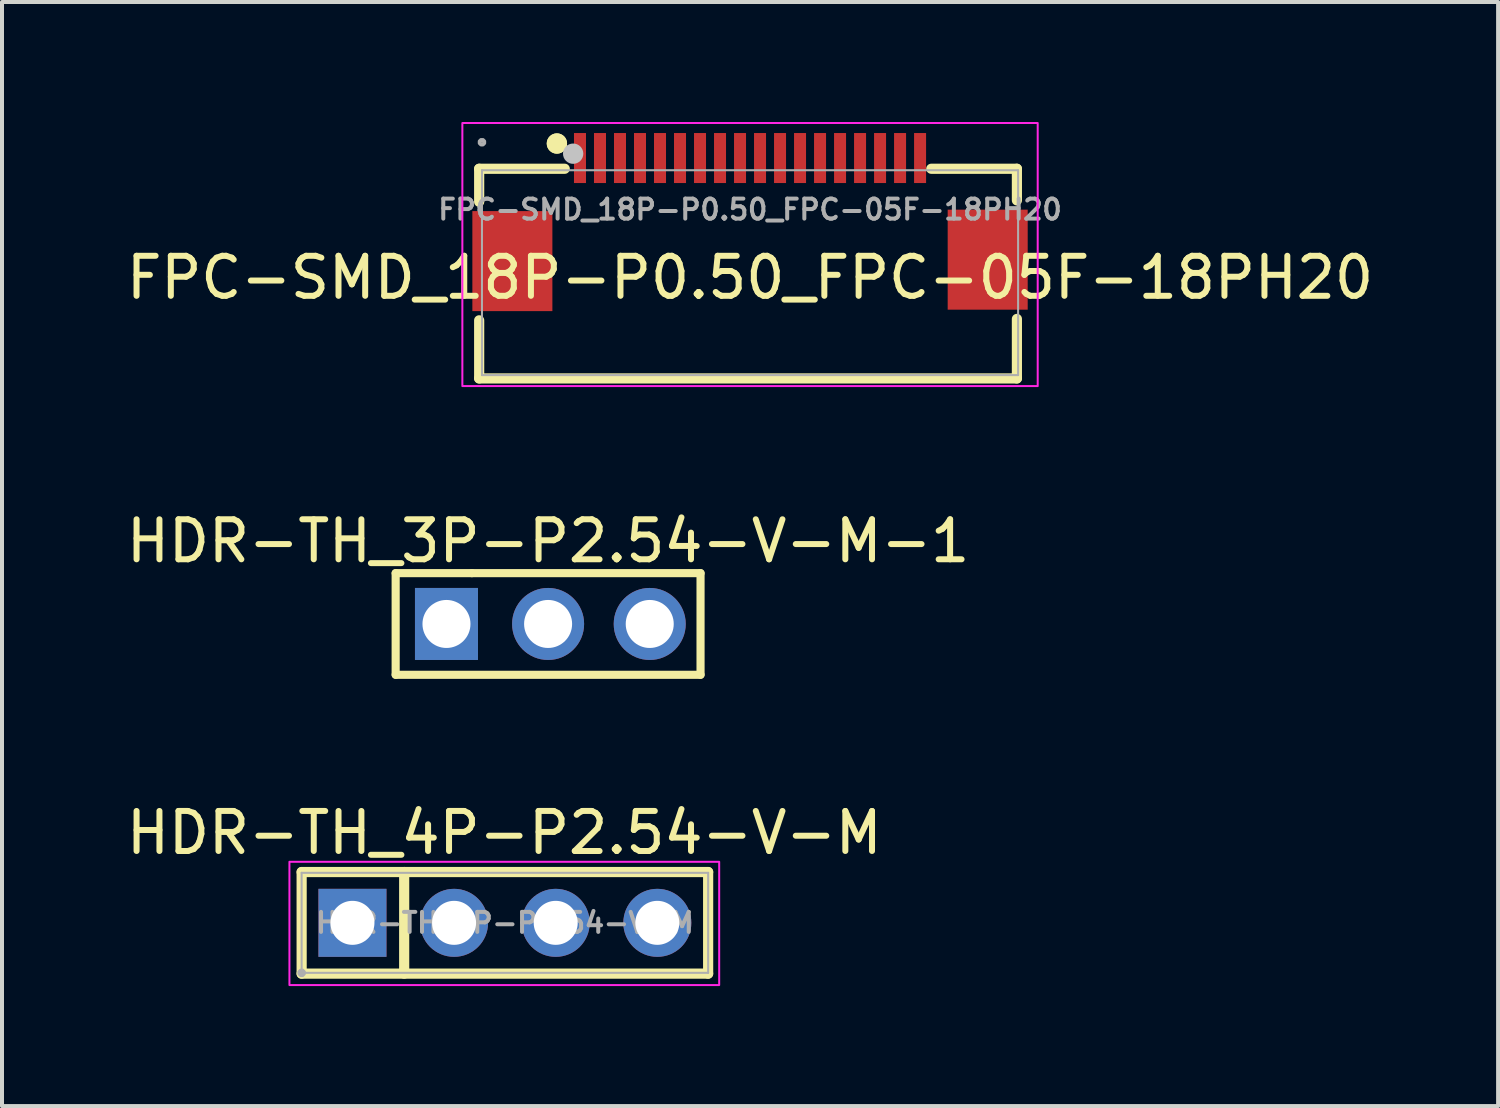
<source format=kicad_pcb>
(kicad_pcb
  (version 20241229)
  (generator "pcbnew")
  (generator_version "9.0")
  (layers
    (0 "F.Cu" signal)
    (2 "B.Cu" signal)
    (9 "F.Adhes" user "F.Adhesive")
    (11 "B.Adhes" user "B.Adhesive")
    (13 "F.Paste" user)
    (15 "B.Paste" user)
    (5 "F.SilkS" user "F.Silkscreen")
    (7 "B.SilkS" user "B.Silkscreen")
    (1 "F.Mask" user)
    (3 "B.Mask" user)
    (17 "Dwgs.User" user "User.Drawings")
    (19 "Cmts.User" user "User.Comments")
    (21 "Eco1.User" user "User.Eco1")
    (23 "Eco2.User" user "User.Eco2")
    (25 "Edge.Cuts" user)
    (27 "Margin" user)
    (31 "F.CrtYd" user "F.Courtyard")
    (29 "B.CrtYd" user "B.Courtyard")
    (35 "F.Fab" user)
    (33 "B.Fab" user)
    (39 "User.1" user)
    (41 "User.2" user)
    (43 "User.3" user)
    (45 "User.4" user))
  (footprint "HDR-TH_4P-P2.54-V-M"
    (layer "F.Cu")
    (at 9.569 20.015)
    (property "Reference" "HDR-TH_4P-P2.54-V-M" (at -0.015 -2.251 0) (layer "F.SilkS") (effects (font (size 1 1) (thickness 0.15))))
    (fp_line (start -5.08 -1.27) (end -2.517 -1.27) (stroke (width 0.254) (type default)) (layer "F.SilkS"))
    (fp_line (start -5.08 1.27) (end -5.08 -1.27) (stroke (width 0.254) (type default)) (layer "F.SilkS"))
    (fp_line (start -2.517 -1.27) (end -2.517 1.27) (stroke (width 0.254) (type default)) (layer "F.SilkS"))
    (fp_line (start -2.517 -1.27) (end 5.08 -1.27) (stroke (width 0.254) (type default)) (layer "F.SilkS"))
    (fp_line (start 5.08 -1.27) (end 5.08 1.27) (stroke (width 0.254) (type default)) (layer "F.SilkS"))
    (fp_line (start 5.08 1.27) (end -5.08 1.27) (stroke (width 0.254) (type default)) (layer "F.SilkS"))
    (fp_rect (start -5.385 -1.526) (end 5.356 1.555) (stroke (width 0.05) (type default)) (fill no) (layer "F.CrtYd"))
    (fp_line (start -5.08 -1.25) (end 5.08 -1.25) (stroke (width 0.051) (type default)) (layer "F.Fab"))
    (fp_line (start -5.08 1.25) (end -5.08 -1.25) (stroke (width 0.051) (type default)) (layer "F.Fab"))
    (fp_line (start 5.08 -1.25) (end 5.08 1.25) (stroke (width 0.051) (type default)) (layer "F.Fab"))
    (fp_line (start 5.08 1.25) (end -5.08 1.25) (stroke (width 0.051) (type default)) (layer "F.Fab"))
    (fp_poly (pts (xy -5.025 1.227) (xy -5.057 1.195) (xy -5.103 1.195) (xy -5.135 1.227) (xy -5.135 1.273) (xy -5.103 1.305) (xy -5.057 1.305) (xy -5.025 1.273)) (stroke (width 0.1) (type default)) (fill no) (layer "F.Fab"))
    (fp_poly (pts (xy -4.13 -0.32) (xy -3.49 -0.32) (xy -3.49 0.32) (xy -4.13 0.32)) (stroke (width 0.1) (type default)) (fill no) (layer "User.1"))
    (fp_poly (pts (xy -1.59 -0.32) (xy -0.95 -0.32) (xy -0.95 0.32) (xy -1.59 0.32)) (stroke (width 0.1) (type default)) (fill no) (layer "User.1"))
    (fp_poly (pts (xy 0.95 -0.32) (xy 1.59 -0.32) (xy 1.59 0.32) (xy 0.95 0.32)) (stroke (width 0.1) (type default)) (fill no) (layer "User.1"))
    (fp_poly (pts (xy 3.49 -0.32) (xy 4.13 -0.32) (xy 4.13 0.32) (xy 3.49 0.32)) (stroke (width 0.1) (type default)) (fill no) (layer "User.1"))
    (fp_text user "${REFERENCE}" (at 0 0 0) (layer "F.Fab") (effects (font (size 0.5 0.5) (thickness 0.1))))
    (pad "1" thru_hole rect (at -3.81 0) (size 1.7 1.7) (drill 1.1) (layers "*.Cu" "*.Mask"))
    (pad "2" thru_hole circle (at -1.27 0) (size 1.7 1.7) (drill 1.1) (layers "*.Cu" "*.Mask"))
    (pad "3" thru_hole circle (at 1.27 0) (size 1.7 1.7) (drill 1.1) (layers "*.Cu" "*.Mask"))
    (pad "4" thru_hole circle (at 3.81 0) (size 1.7 1.7) (drill 1.1) (layers "*.Cu" "*.Mask")))
  (footprint "FPC-SMD_18P-P0.50_FPC-05F-18PH20"
    (layer "F.Cu")
    (at 15.696 2.188)
    (property "Reference" "FPC-SMD_18P-P0.50_FPC-05F-18PH20" (at 0 1.7 0) (layer "F.SilkS") (effects (font (size 1 1) (thickness 0.15))))
    (fp_line (start -6.77 -1.02) (end -4.631 -1.02) (stroke (width 0.254) (type default)) (layer "F.SilkS"))
    (fp_line (start -6.77 -0.194) (end -6.77 -1.02) (stroke (width 0.254) (type default)) (layer "F.SilkS"))
    (fp_line (start -6.77 4.22) (end -6.77 2.768) (stroke (width 0.254) (type default)) (layer "F.SilkS"))
    (fp_line (start 4.53 -1.02) (end 6.67 -1.02) (stroke (width 0.254) (type default)) (layer "F.SilkS"))
    (fp_line (start 6.67 -1.02) (end 6.67 -0.229) (stroke (width 0.254) (type default)) (layer "F.SilkS"))
    (fp_line (start 6.67 2.733) (end 6.67 4.22) (stroke (width 0.254) (type default)) (layer "F.SilkS"))
    (fp_line (start 6.67 4.22) (end -6.77 4.22) (stroke (width 0.254) (type default)) (layer "F.SilkS"))
    (fp_circle (center -4.827 -1.651) (end -4.7 -1.651) (stroke (width 0.254) (type default)) (fill no) (layer "F.SilkS"))
    (fp_circle (center -4.827 -1.651) (end -4.7 -1.651) (stroke (width 0.254) (type default)) (fill no) (layer "F.SilkS"))
    (fp_circle (center -4.421 -1.397) (end -4.294 -1.397) (stroke (width 0.254) (type default)) (fill no) (layer "Dwgs.User"))
    (fp_rect (start -7.19 -2.163) (end 7.19 4.412) (stroke (width 0.05) (type default)) (fill no) (layer "F.CrtYd"))
    (fp_line (start -6.7 -0.983) (end 6.7 -0.983) (stroke (width 0.051) (type default)) (layer "F.Fab"))
    (fp_line (start -6.7 4.137) (end -6.7 -0.983) (stroke (width 0.051) (type default)) (layer "F.Fab"))
    (fp_line (start 6.7 -0.983) (end 6.7 4.137) (stroke (width 0.051) (type default)) (layer "F.Fab"))
    (fp_line (start 6.7 4.137) (end -6.7 4.137) (stroke (width 0.051) (type default)) (layer "F.Fab"))
    (fp_poly (pts (xy -6.645 -1.706) (xy -6.677 -1.738) (xy -6.723 -1.738) (xy -6.755 -1.706) (xy -6.755 -1.66) (xy -6.723 -1.628) (xy -6.677 -1.628) (xy -6.645 -1.66)) (stroke (width 0.1) (type default)) (fill no) (layer "F.Fab"))
    (fp_poly (pts (xy -6.44 0.537) (xy -5.44 0.537) (xy -5.44 2.038) (xy -6.44 2.038)) (stroke (width 0.1) (type default)) (fill no) (layer "User.1"))
    (fp_poly (pts (xy -4.35 -1.683) (xy -4.15 -1.683) (xy -4.15 -0.883) (xy -4.35 -0.883)) (stroke (width 0.1) (type default)) (fill no) (layer "User.1"))
    (fp_poly (pts (xy -3.85 -1.683) (xy -3.65 -1.683) (xy -3.65 -0.883) (xy -3.85 -0.883)) (stroke (width 0.1) (type default)) (fill no) (layer "User.1"))
    (fp_poly (pts (xy -3.35 -1.683) (xy -3.15 -1.683) (xy -3.15 -0.883) (xy -3.35 -0.883)) (stroke (width 0.1) (type default)) (fill no) (layer "User.1"))
    (fp_poly (pts (xy -2.85 -1.683) (xy -2.65 -1.683) (xy -2.65 -0.883) (xy -2.85 -0.883)) (stroke (width 0.1) (type default)) (fill no) (layer "User.1"))
    (fp_poly (pts (xy -2.35 -1.683) (xy -2.15 -1.683) (xy -2.15 -0.883) (xy -2.35 -0.883)) (stroke (width 0.1) (type default)) (fill no) (layer "User.1"))
    (fp_poly (pts (xy -1.85 -1.683) (xy -1.65 -1.683) (xy -1.65 -0.883) (xy -1.85 -0.883)) (stroke (width 0.1) (type default)) (fill no) (layer "User.1"))
    (fp_poly (pts (xy -1.35 -1.683) (xy -1.15 -1.683) (xy -1.15 -0.883) (xy -1.35 -0.883)) (stroke (width 0.1) (type default)) (fill no) (layer "User.1"))
    (fp_poly (pts (xy -0.85 -1.683) (xy -0.65 -1.683) (xy -0.65 -0.883) (xy -0.85 -0.883)) (stroke (width 0.1) (type default)) (fill no) (layer "User.1"))
    (fp_poly (pts (xy -0.35 -1.683) (xy -0.15 -1.683) (xy -0.15 -0.883) (xy -0.35 -0.883)) (stroke (width 0.1) (type default)) (fill no) (layer "User.1"))
    (fp_poly (pts (xy 0.15 -1.683) (xy 0.35 -1.683) (xy 0.35 -0.883) (xy 0.15 -0.883)) (stroke (width 0.1) (type default)) (fill no) (layer "User.1"))
    (fp_poly (pts (xy 0.65 -1.683) (xy 0.85 -1.683) (xy 0.85 -0.883) (xy 0.65 -0.883)) (stroke (width 0.1) (type default)) (fill no) (layer "User.1"))
    (fp_poly (pts (xy 1.15 -1.683) (xy 1.35 -1.683) (xy 1.35 -0.883) (xy 1.15 -0.883)) (stroke (width 0.1) (type default)) (fill no) (layer "User.1"))
    (fp_poly (pts (xy 1.65 -1.683) (xy 1.85 -1.683) (xy 1.85 -0.883) (xy 1.65 -0.883)) (stroke (width 0.1) (type default)) (fill no) (layer "User.1"))
    (fp_poly (pts (xy 2.15 -1.683) (xy 2.35 -1.683) (xy 2.35 -0.883) (xy 2.15 -0.883)) (stroke (width 0.1) (type default)) (fill no) (layer "User.1"))
    (fp_poly (pts (xy 2.65 -1.683) (xy 2.85 -1.683) (xy 2.85 -0.883) (xy 2.65 -0.883)) (stroke (width 0.1) (type default)) (fill no) (layer "User.1"))
    (fp_poly (pts (xy 3.15 -1.683) (xy 3.35 -1.683) (xy 3.35 -0.883) (xy 3.15 -0.883)) (stroke (width 0.1) (type default)) (fill no) (layer "User.1"))
    (fp_poly (pts (xy 3.65 -1.683) (xy 3.85 -1.683) (xy 3.85 -0.883) (xy 3.65 -0.883)) (stroke (width 0.1) (type default)) (fill no) (layer "User.1"))
    (fp_poly (pts (xy 4.15 -1.683) (xy 4.35 -1.683) (xy 4.35 -0.883) (xy 4.15 -0.883)) (stroke (width 0.1) (type default)) (fill no) (layer "User.1"))
    (fp_poly (pts (xy 6.44 2.002) (xy 5.44 2.002) (xy 5.44 0.502) (xy 6.44 0.502)) (stroke (width 0.1) (type default)) (fill no) (layer "User.1"))
    (fp_text user "${REFERENCE}" (at 0 0 0) (layer "F.Fab") (effects (font (size 0.5 0.5) (thickness 0.1))))
    (pad "1" smd rect (at -4.25 -1.288) (size 0.3 1.25) (layers "F.Cu" "F.Mask" "F.Paste"))
    (pad "2" smd rect (at -3.75 -1.288) (size 0.3 1.25) (layers "F.Cu" "F.Mask" "F.Paste"))
    (pad "3" smd rect (at -3.25 -1.288) (size 0.3 1.25) (layers "F.Cu" "F.Mask" "F.Paste"))
    (pad "4" smd rect (at -2.75 -1.288) (size 0.3 1.25) (layers "F.Cu" "F.Mask" "F.Paste"))
    (pad "5" smd rect (at -2.25 -1.288) (size 0.3 1.25) (layers "F.Cu" "F.Mask" "F.Paste"))
    (pad "6" smd rect (at -1.75 -1.288) (size 0.3 1.25) (layers "F.Cu" "F.Mask" "F.Paste"))
    (pad "7" smd rect (at -1.25 -1.288) (size 0.3 1.25) (layers "F.Cu" "F.Mask" "F.Paste"))
    (pad "8" smd rect (at -0.75 -1.288) (size 0.3 1.25) (layers "F.Cu" "F.Mask" "F.Paste"))
    (pad "9" smd rect (at -0.25 -1.288) (size 0.3 1.25) (layers "F.Cu" "F.Mask" "F.Paste"))
    (pad "10" smd rect (at 0.25 -1.288) (size 0.3 1.25) (layers "F.Cu" "F.Mask" "F.Paste"))
    (pad "11" smd rect (at 0.75 -1.288) (size 0.3 1.25) (layers "F.Cu" "F.Mask" "F.Paste"))
    (pad "12" smd rect (at 1.25 -1.288) (size 0.3 1.25) (layers "F.Cu" "F.Mask" "F.Paste"))
    (pad "13" smd rect (at 1.75 -1.288) (size 0.3 1.25) (layers "F.Cu" "F.Mask" "F.Paste"))
    (pad "14" smd rect (at 2.25 -1.288) (size 0.3 1.25) (layers "F.Cu" "F.Mask" "F.Paste"))
    (pad "15" smd rect (at 2.75 -1.288) (size 0.3 1.25) (layers "F.Cu" "F.Mask" "F.Paste"))
    (pad "16" smd rect (at 3.25 -1.288) (size 0.3 1.25) (layers "F.Cu" "F.Mask" "F.Paste"))
    (pad "17" smd rect (at 3.75 -1.288) (size 0.3 1.25) (layers "F.Cu" "F.Mask" "F.Paste"))
    (pad "18" smd rect (at 4.25 -1.288) (size 0.3 1.25) (layers "F.Cu" "F.Mask" "F.Paste"))
    (pad "19" smd rect (at -5.94 1.288) (size 2 2.5) (layers "F.Cu" "F.Mask" "F.Paste"))
    (pad "20" smd rect (at 5.94 1.252) (size 2 2.5) (layers "F.Cu" "F.Mask" "F.Paste")))
  (footprint "HDR-TH_3P-P2.54-V-M-1"
    (layer "F.Cu")
    (at 10.649 12.545)
    (property "Reference" "HDR-TH_3P-P2.54-V-M-1" (at 0 -2.071 0) (layer "F.SilkS") (effects (font (size 1 1) (thickness 0.15))))
    (fp_line (start -3.81 -1.27) (end -3.81 1.27) (stroke (width 0.203) (type default)) (layer "F.SilkS"))
    (fp_line (start -3.81 1.27) (end 3.81 1.27) (stroke (width 0.203) (type default)) (layer "F.SilkS"))
    (fp_line (start -1.905 -1.27) (end -3.81 -1.27) (stroke (width 0.203) (type default)) (layer "F.SilkS"))
    (fp_line (start 3.81 -1.27) (end -1.905 -1.27) (stroke (width 0.203) (type default)) (layer "F.SilkS"))
    (fp_line (start 3.81 1.27) (end 3.81 -1.27) (stroke (width 0.203) (type default)) (layer "F.SilkS"))
    (fp_poly (pts (xy -2.86 -0.32) (xy -2.22 -0.32) (xy -2.22 0.32) (xy -2.86 0.32)) (stroke (width 0.1) (type default)) (fill no) (layer "User.1"))
    (fp_poly (pts (xy -0.32 -0.32) (xy 0.32 -0.32) (xy 0.32 0.32) (xy -0.32 0.32)) (stroke (width 0.1) (type default)) (fill no) (layer "User.1"))
    (fp_poly (pts (xy 2.22 -0.32) (xy 2.86 -0.32) (xy 2.86 0.32) (xy 2.22 0.32)) (stroke (width 0.1) (type default)) (fill no) (layer "User.1"))
    (fp_line (start -3.81 -1.25) (end 3.81 -1.25) (stroke (width 0.051) (type default)) (layer "User.2"))
    (fp_line (start -3.81 1.25) (end -3.81 -1.25) (stroke (width 0.051) (type default)) (layer "User.2"))
    (fp_line (start 3.81 -1.25) (end 3.81 1.25) (stroke (width 0.051) (type default)) (layer "User.2"))
    (fp_line (start 3.81 1.25) (end -3.81 1.25) (stroke (width 0.051) (type default)) (layer "User.2"))
    (fp_poly (pts (xy -3.755 1.227) (xy -3.787 1.195) (xy -3.833 1.195) (xy -3.865 1.227) (xy -3.865 1.273) (xy -3.833 1.305) (xy -3.787 1.305) (xy -3.755 1.273)) (stroke (width 0.1) (type default)) (fill no) (layer "User.3"))
    (pad "1" thru_hole rect (at -2.54 0) (size 1.575 1.8) (drill 1.2) (layers "*.Cu" "*.Mask"))
    (pad "2" thru_hole circle (at 0 0) (size 1.8 1.8) (drill 1.2) (layers "*.Cu" "*.Mask"))
    (pad "3" thru_hole circle (at 2.54 0) (size 1.8 1.8) (drill 1.2) (layers "*.Cu" "*.Mask")))
  (gr_rect
    (start -3 -3)
    (end 34.393 24.595)
    (stroke (width 0.1) (type default))
    (fill no)
    (layer "Edge.Cuts")))
</source>
